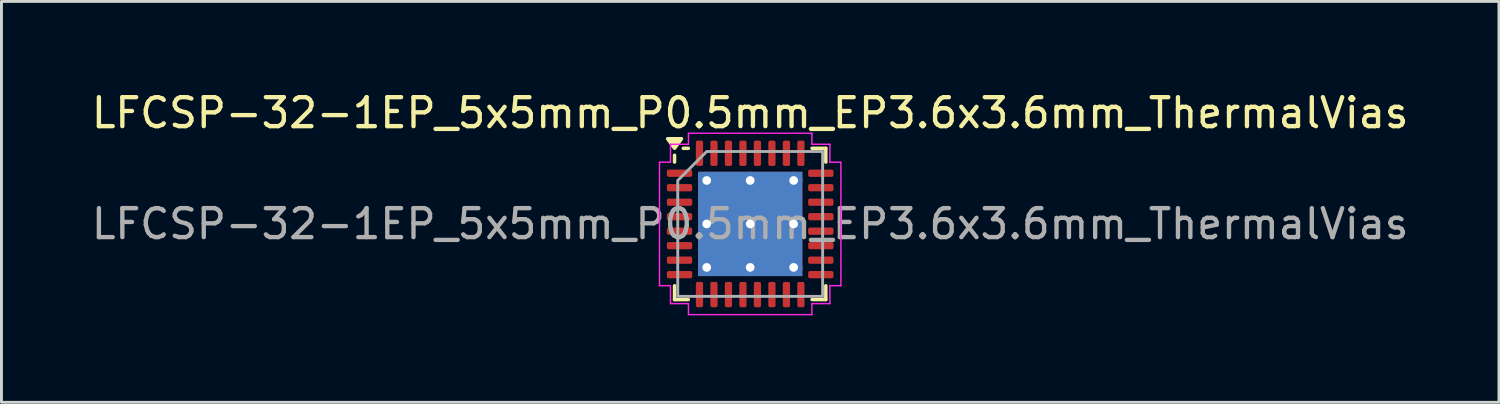
<source format=kicad_pcb>
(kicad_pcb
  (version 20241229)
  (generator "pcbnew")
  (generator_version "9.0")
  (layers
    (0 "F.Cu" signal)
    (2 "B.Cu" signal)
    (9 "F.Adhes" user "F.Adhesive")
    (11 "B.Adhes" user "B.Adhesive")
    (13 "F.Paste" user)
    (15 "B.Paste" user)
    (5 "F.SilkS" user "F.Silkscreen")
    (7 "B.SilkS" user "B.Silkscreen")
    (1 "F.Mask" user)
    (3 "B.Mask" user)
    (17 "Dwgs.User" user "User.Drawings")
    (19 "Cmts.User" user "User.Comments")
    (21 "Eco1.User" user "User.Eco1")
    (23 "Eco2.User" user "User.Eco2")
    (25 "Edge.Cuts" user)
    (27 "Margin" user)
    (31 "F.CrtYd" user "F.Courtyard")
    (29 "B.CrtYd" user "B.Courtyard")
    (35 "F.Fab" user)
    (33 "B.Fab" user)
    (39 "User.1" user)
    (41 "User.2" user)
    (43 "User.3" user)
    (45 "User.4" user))
  (footprint "LFCSP-32-1EP_5x5mm_P0.5mm_EP3.6x3.6mm_ThermalVias"
    (layer "F.Cu")
    (at 22.839 4.678)
    (property "Reference" "LFCSP-32-1EP_5x5mm_P0.5mm_EP3.6x3.6mm_ThermalVias" (at 0 -3.83 0) (layer "F.SilkS") (effects (font (size 1 1) (thickness 0.15))))
    (attr smd)
    (fp_line (start -2.61 -2.135) (end -2.61 -2.37) (stroke (width 0.12) (type solid)) (layer "F.SilkS"))
    (fp_line (start -2.61 2.61) (end -2.61 2.135) (stroke (width 0.12) (type solid)) (layer "F.SilkS"))
    (fp_line (start -2.135 -2.61) (end -2.31 -2.61) (stroke (width 0.12) (type solid)) (layer "F.SilkS"))
    (fp_line (start -2.135 2.61) (end -2.61 2.61) (stroke (width 0.12) (type solid)) (layer "F.SilkS"))
    (fp_line (start 2.135 -2.61) (end 2.61 -2.61) (stroke (width 0.12) (type solid)) (layer "F.SilkS"))
    (fp_line (start 2.135 2.61) (end 2.61 2.61) (stroke (width 0.12) (type solid)) (layer "F.SilkS"))
    (fp_line (start 2.61 -2.61) (end 2.61 -2.135) (stroke (width 0.12) (type solid)) (layer "F.SilkS"))
    (fp_line (start 2.61 2.61) (end 2.61 2.135) (stroke (width 0.12) (type solid)) (layer "F.SilkS"))
    (fp_poly (pts (xy -2.61 -2.61) (xy -2.85 -2.94) (xy -2.37 -2.94)) (stroke (width 0.12) (type solid)) (fill yes) (layer "F.SilkS"))
    (fp_line (start -3.13 -2.13) (end -2.75 -2.13) (stroke (width 0.05) (type solid)) (layer "F.CrtYd"))
    (fp_line (start -3.13 2.13) (end -3.13 -2.13) (stroke (width 0.05) (type solid)) (layer "F.CrtYd"))
    (fp_line (start -2.75 -2.75) (end -2.13 -2.75) (stroke (width 0.05) (type solid)) (layer "F.CrtYd"))
    (fp_line (start -2.75 -2.13) (end -2.75 -2.75) (stroke (width 0.05) (type solid)) (layer "F.CrtYd"))
    (fp_line (start -2.75 2.13) (end -3.13 2.13) (stroke (width 0.05) (type solid)) (layer "F.CrtYd"))
    (fp_line (start -2.75 2.75) (end -2.75 2.13) (stroke (width 0.05) (type solid)) (layer "F.CrtYd"))
    (fp_line (start -2.13 -3.13) (end 2.13 -3.13) (stroke (width 0.05) (type solid)) (layer "F.CrtYd"))
    (fp_line (start -2.13 -2.75) (end -2.13 -3.13) (stroke (width 0.05) (type solid)) (layer "F.CrtYd"))
    (fp_line (start -2.13 2.75) (end -2.75 2.75) (stroke (width 0.05) (type solid)) (layer "F.CrtYd"))
    (fp_line (start -2.13 3.13) (end -2.13 2.75) (stroke (width 0.05) (type solid)) (layer "F.CrtYd"))
    (fp_line (start 2.13 -3.13) (end 2.13 -2.75) (stroke (width 0.05) (type solid)) (layer "F.CrtYd"))
    (fp_line (start 2.13 -2.75) (end 2.75 -2.75) (stroke (width 0.05) (type solid)) (layer "F.CrtYd"))
    (fp_line (start 2.13 2.75) (end 2.13 3.13) (stroke (width 0.05) (type solid)) (layer "F.CrtYd"))
    (fp_line (start 2.13 3.13) (end -2.13 3.13) (stroke (width 0.05) (type solid)) (layer "F.CrtYd"))
    (fp_line (start 2.75 -2.75) (end 2.75 -2.13) (stroke (width 0.05) (type solid)) (layer "F.CrtYd"))
    (fp_line (start 2.75 -2.13) (end 3.13 -2.13) (stroke (width 0.05) (type solid)) (layer "F.CrtYd"))
    (fp_line (start 2.75 2.13) (end 2.75 2.75) (stroke (width 0.05) (type solid)) (layer "F.CrtYd"))
    (fp_line (start 2.75 2.75) (end 2.13 2.75) (stroke (width 0.05) (type solid)) (layer "F.CrtYd"))
    (fp_line (start 3.13 -2.13) (end 3.13 2.13) (stroke (width 0.05) (type solid)) (layer "F.CrtYd"))
    (fp_line (start 3.13 2.13) (end 2.75 2.13) (stroke (width 0.05) (type solid)) (layer "F.CrtYd"))
    (fp_poly (pts (xy -2.5 -1.5) (xy -2.5 2.5) (xy 2.5 2.5) (xy 2.5 -2.5) (xy -1.5 -2.5)) (stroke (width 0.1) (type solid)) (fill no) (layer "F.Fab"))
    (fp_text user "${REFERENCE}" (at 0 0 0) (layer "F.Fab") (effects (font (size 1 1) (thickness 0.15))))
    (pad "" smd roundrect (at -0.9 -0.9) (size 1.51 1.51) (layers "F.Paste") (roundrect_rratio 0.166))
    (pad "" smd roundrect (at -0.9 0.9) (size 1.51 1.51) (layers "F.Paste") (roundrect_rratio 0.166))
    (pad "" smd roundrect (at 0.9 -0.9) (size 1.51 1.51) (layers "F.Paste") (roundrect_rratio 0.166))
    (pad "" smd roundrect (at 0.9 0.9) (size 1.51 1.51) (layers "F.Paste") (roundrect_rratio 0.166))
    (pad "1" smd roundrect (at -2.438 -1.75) (size 0.875 0.25) (layers "F.Cu" "F.Mask" "F.Paste") (roundrect_rratio 0.25))
    (pad "2" smd roundrect (at -2.438 -1.25) (size 0.875 0.25) (layers "F.Cu" "F.Mask" "F.Paste") (roundrect_rratio 0.25))
    (pad "3" smd roundrect (at -2.438 -0.75) (size 0.875 0.25) (layers "F.Cu" "F.Mask" "F.Paste") (roundrect_rratio 0.25))
    (pad "4" smd roundrect (at -2.438 -0.25) (size 0.875 0.25) (layers "F.Cu" "F.Mask" "F.Paste") (roundrect_rratio 0.25))
    (pad "5" smd roundrect (at -2.438 0.25) (size 0.875 0.25) (layers "F.Cu" "F.Mask" "F.Paste") (roundrect_rratio 0.25))
    (pad "6" smd roundrect (at -2.438 0.75) (size 0.875 0.25) (layers "F.Cu" "F.Mask" "F.Paste") (roundrect_rratio 0.25))
    (pad "7" smd roundrect (at -2.438 1.25) (size 0.875 0.25) (layers "F.Cu" "F.Mask" "F.Paste") (roundrect_rratio 0.25))
    (pad "8" smd roundrect (at -2.438 1.75) (size 0.875 0.25) (layers "F.Cu" "F.Mask" "F.Paste") (roundrect_rratio 0.25))
    (pad "9" smd roundrect (at -1.75 2.438) (size 0.25 0.875) (layers "F.Cu" "F.Mask" "F.Paste") (roundrect_rratio 0.25))
    (pad "10" smd roundrect (at -1.25 2.438) (size 0.25 0.875) (layers "F.Cu" "F.Mask" "F.Paste") (roundrect_rratio 0.25))
    (pad "11" smd roundrect (at -0.75 2.438) (size 0.25 0.875) (layers "F.Cu" "F.Mask" "F.Paste") (roundrect_rratio 0.25))
    (pad "12" smd roundrect (at -0.25 2.438) (size 0.25 0.875) (layers "F.Cu" "F.Mask" "F.Paste") (roundrect_rratio 0.25))
    (pad "13" smd roundrect (at 0.25 2.438) (size 0.25 0.875) (layers "F.Cu" "F.Mask" "F.Paste") (roundrect_rratio 0.25))
    (pad "14" smd roundrect (at 0.75 2.438) (size 0.25 0.875) (layers "F.Cu" "F.Mask" "F.Paste") (roundrect_rratio 0.25))
    (pad "15" smd roundrect (at 1.25 2.438) (size 0.25 0.875) (layers "F.Cu" "F.Mask" "F.Paste") (roundrect_rratio 0.25))
    (pad "16" smd roundrect (at 1.75 2.438) (size 0.25 0.875) (layers "F.Cu" "F.Mask" "F.Paste") (roundrect_rratio 0.25))
    (pad "17" smd roundrect (at 2.438 1.75) (size 0.875 0.25) (layers "F.Cu" "F.Mask" "F.Paste") (roundrect_rratio 0.25))
    (pad "18" smd roundrect (at 2.438 1.25) (size 0.875 0.25) (layers "F.Cu" "F.Mask" "F.Paste") (roundrect_rratio 0.25))
    (pad "19" smd roundrect (at 2.438 0.75) (size 0.875 0.25) (layers "F.Cu" "F.Mask" "F.Paste") (roundrect_rratio 0.25))
    (pad "20" smd roundrect (at 2.438 0.25) (size 0.875 0.25) (layers "F.Cu" "F.Mask" "F.Paste") (roundrect_rratio 0.25))
    (pad "21" smd roundrect (at 2.438 -0.25) (size 0.875 0.25) (layers "F.Cu" "F.Mask" "F.Paste") (roundrect_rratio 0.25))
    (pad "22" smd roundrect (at 2.438 -0.75) (size 0.875 0.25) (layers "F.Cu" "F.Mask" "F.Paste") (roundrect_rratio 0.25))
    (pad "23" smd roundrect (at 2.438 -1.25) (size 0.875 0.25) (layers "F.Cu" "F.Mask" "F.Paste") (roundrect_rratio 0.25))
    (pad "24" smd roundrect (at 2.438 -1.75) (size 0.875 0.25) (layers "F.Cu" "F.Mask" "F.Paste") (roundrect_rratio 0.25))
    (pad "25" smd roundrect (at 1.75 -2.438) (size 0.25 0.875) (layers "F.Cu" "F.Mask" "F.Paste") (roundrect_rratio 0.25))
    (pad "26" smd roundrect (at 1.25 -2.438) (size 0.25 0.875) (layers "F.Cu" "F.Mask" "F.Paste") (roundrect_rratio 0.25))
    (pad "27" smd roundrect (at 0.75 -2.438) (size 0.25 0.875) (layers "F.Cu" "F.Mask" "F.Paste") (roundrect_rratio 0.25))
    (pad "28" smd roundrect (at 0.25 -2.438) (size 0.25 0.875) (layers "F.Cu" "F.Mask" "F.Paste") (roundrect_rratio 0.25))
    (pad "29" smd roundrect (at -0.25 -2.438) (size 0.25 0.875) (layers "F.Cu" "F.Mask" "F.Paste") (roundrect_rratio 0.25))
    (pad "30" smd roundrect (at -0.75 -2.438) (size 0.25 0.875) (layers "F.Cu" "F.Mask" "F.Paste") (roundrect_rratio 0.25))
    (pad "31" smd roundrect (at -1.25 -2.438) (size 0.25 0.875) (layers "F.Cu" "F.Mask" "F.Paste") (roundrect_rratio 0.25))
    (pad "32" smd roundrect (at -1.75 -2.438) (size 0.25 0.875) (layers "F.Cu" "F.Mask" "F.Paste") (roundrect_rratio 0.25))
    (pad "33" thru_hole circle (at -1.5 -1.5) (size 0.6 0.6) (drill 0.3) (property pad_prop_heatsink) (layers "*.Cu"))
    (pad "33" thru_hole circle (at -1.5 0) (size 0.6 0.6) (drill 0.3) (property pad_prop_heatsink) (layers "*.Cu"))
    (pad "33" thru_hole circle (at -1.5 1.5) (size 0.6 0.6) (drill 0.3) (property pad_prop_heatsink) (layers "*.Cu"))
    (pad "33" thru_hole circle (at 0 -1.5) (size 0.6 0.6) (drill 0.3) (property pad_prop_heatsink) (layers "*.Cu"))
    (pad "33" thru_hole circle (at 0 0) (size 0.6 0.6) (drill 0.3) (property pad_prop_heatsink) (layers "*.Cu"))
    (pad "33" smd rect (at 0 0) (size 3.6 3.6) (property pad_prop_heatsink) (layers "F.Cu" "F.Mask"))
    (pad "33" smd rect (at 0 0) (size 3.6 3.6) (property pad_prop_heatsink) (layers "B.Cu"))
    (pad "33" thru_hole circle (at 0 1.5) (size 0.6 0.6) (drill 0.3) (property pad_prop_heatsink) (layers "*.Cu"))
    (pad "33" thru_hole circle (at 1.5 -1.5) (size 0.6 0.6) (drill 0.3) (property pad_prop_heatsink) (layers "*.Cu"))
    (pad "33" thru_hole circle (at 1.5 0) (size 0.6 0.6) (drill 0.3) (property pad_prop_heatsink) (layers "*.Cu"))
    (pad "33" thru_hole circle (at 1.5 1.5) (size 0.6 0.6) (drill 0.3) (property pad_prop_heatsink) (layers "*.Cu")))
  (gr_rect
    (start -3 -3)
    (end 48.679 10.833)
    (stroke (width 0.1) (type default))
    (fill no)
    (layer "Edge.Cuts")))
</source>
